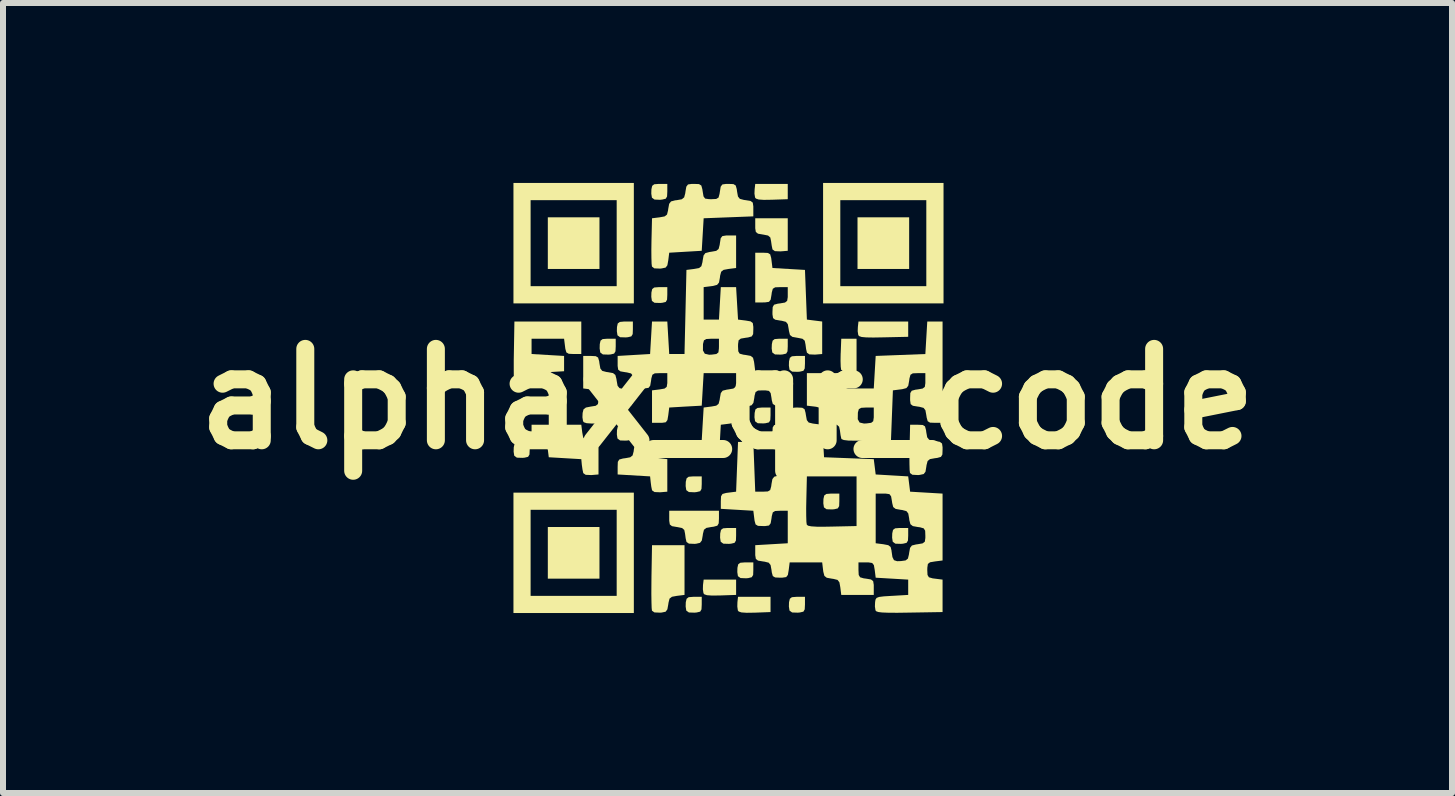
<source format=kicad_pcb>
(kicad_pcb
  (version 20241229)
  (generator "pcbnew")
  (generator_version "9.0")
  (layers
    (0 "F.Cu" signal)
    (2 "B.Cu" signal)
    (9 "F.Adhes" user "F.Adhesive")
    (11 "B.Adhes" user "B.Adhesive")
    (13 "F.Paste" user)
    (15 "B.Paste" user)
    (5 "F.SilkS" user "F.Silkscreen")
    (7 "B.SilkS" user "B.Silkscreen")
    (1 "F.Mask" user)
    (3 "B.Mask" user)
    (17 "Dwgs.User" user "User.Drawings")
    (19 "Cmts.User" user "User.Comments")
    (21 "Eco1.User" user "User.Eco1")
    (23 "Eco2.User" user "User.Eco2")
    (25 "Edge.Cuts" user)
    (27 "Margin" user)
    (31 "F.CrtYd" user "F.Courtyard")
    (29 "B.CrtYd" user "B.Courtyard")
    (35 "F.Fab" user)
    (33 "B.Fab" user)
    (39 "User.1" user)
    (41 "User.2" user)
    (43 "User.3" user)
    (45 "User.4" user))
  (footprint "alphax_qr_code"
    (layer "F.Cu")
    (at 9.079 3.601)
    (property "Reference" "alphax_qr_code" (at 0 0 0) (layer "F.SilkS") (effects (font (size 1.524 1.524) (thickness 0.3))))
    (attr board_only exclude_from_pos_files exclude_from_bom)
    (fp_poly (pts (xy -2.135 -2.167) (xy -2.996 -2.167) (xy -2.996 -3.028) (xy -2.135 -3.028)) (stroke (width 0) (type solid)) (fill yes) (layer "F.SilkS"))
    (fp_poly (pts (xy -2.135 2.996) (xy -2.996 2.996) (xy -2.996 2.135) (xy -2.135 2.135)) (stroke (width 0) (type solid)) (fill yes) (layer "F.SilkS"))
    (fp_poly (pts (xy 3.028 -2.167) (xy 2.167 -2.167) (xy 2.167 -3.028) (xy 3.028 -3.028)) (stroke (width 0) (type solid)) (fill yes) (layer "F.SilkS"))
    (fp_poly (pts (xy 0.143 3.267) (xy -0.12 3.276) (xy -0.257 3.278) (xy -0.342 3.272) (xy -0.387 3.257) (xy -0.401 3.239) (xy -0.411 3.174) (xy -0.409 3.102) (xy -0.398 3.012) (xy 0.143 3.012)) (stroke (width 0) (type solid)) (fill yes) (layer "F.SilkS"))
    (fp_poly (pts (xy 0.717 3.553) (xy 0.454 3.563) (xy 0.317 3.565) (xy 0.232 3.559) (xy 0.187 3.544) (xy 0.172 3.526) (xy 0.163 3.46) (xy 0.165 3.389) (xy 0.175 3.298) (xy 0.717 3.298)) (stroke (width 0) (type solid)) (fill yes) (layer "F.SilkS"))
    (fp_poly (pts (xy 1.004 -3.33) (xy 0.74 -3.321) (xy 0.604 -3.319) (xy 0.519 -3.325) (xy 0.474 -3.34) (xy 0.459 -3.358) (xy 0.449 -3.423) (xy 0.452 -3.495) (xy 0.462 -3.585) (xy 1.004 -3.585)) (stroke (width 0) (type solid)) (fill yes) (layer "F.SilkS"))
    (fp_poly (pts (xy 2.151 -0.462) (xy 2.031 -0.452) (xy 1.935 -0.456) (xy 1.894 -0.487) (xy 1.887 -0.539) (xy 1.884 -0.636) (xy 1.886 -0.756) (xy 1.887 -0.768) (xy 1.896 -1.004) (xy 2.151 -1.004)) (stroke (width 0) (type solid)) (fill yes) (layer "F.SilkS"))
    (fp_poly (pts (xy -1.562 -1.593) (xy -3.569 -1.593) (xy -3.569 -1.88) (xy -3.283 -1.88) (xy -1.848 -1.88) (xy -1.848 -3.314) (xy -3.283 -3.314) (xy -3.283 -1.88) (xy -3.569 -1.88) (xy -3.569 -3.601) (xy -1.562 -3.601)) (stroke (width 0) (type solid)) (fill yes) (layer "F.SilkS"))
    (fp_poly (pts (xy -1.562 3.569) (xy -3.569 3.569) (xy -3.569 3.283) (xy -3.283 3.283) (xy -1.848 3.283) (xy -1.848 1.848) (xy -3.283 1.848) (xy -3.283 3.283) (xy -3.569 3.283) (xy -3.569 1.562) (xy -1.562 1.562)) (stroke (width 0) (type solid)) (fill yes) (layer "F.SilkS"))
    (fp_poly (pts (xy 3.012 -1.036) (xy 2.605 -1.027) (xy 2.431 -1.024) (xy 2.312 -1.026) (xy 2.236 -1.033) (xy 2.195 -1.047) (xy 2.18 -1.064) (xy 2.17 -1.129) (xy 2.173 -1.2) (xy 2.183 -1.291) (xy 3.012 -1.291)) (stroke (width 0) (type solid)) (fill yes) (layer "F.SilkS"))
    (fp_poly (pts (xy 3.601 -1.593) (xy 1.593 -1.593) (xy 1.593 -1.88) (xy 1.88 -1.88) (xy 3.314 -1.88) (xy 3.314 -3.314) (xy 1.88 -3.314) (xy 1.88 -1.88) (xy 1.593 -1.88) (xy 1.593 -3.601) (xy 3.601 -3.601)) (stroke (width 0) (type solid)) (fill yes) (layer "F.SilkS"))
    (fp_poly (pts (xy -3.298 0.845) (xy -3.302 0.927) (xy -3.325 0.965) (xy -3.383 0.979) (xy -3.418 0.982) (xy -3.512 0.979) (xy -3.555 0.947) (xy -3.556 0.945) (xy -3.566 0.879) (xy -3.564 0.807) (xy -3.551 0.749) (xy -3.516 0.723) (xy -3.441 0.717) (xy -3.426 0.717) (xy -3.298 0.717)) (stroke (width 0) (type solid)) (fill yes) (layer "F.SilkS"))
    (fp_poly (pts (xy -1.864 -0.876) (xy -1.868 -0.794) (xy -1.891 -0.756) (xy -1.949 -0.742) (xy -1.984 -0.739) (xy -2.078 -0.742) (xy -2.121 -0.774) (xy -2.122 -0.776) (xy -2.132 -0.842) (xy -2.13 -0.914) (xy -2.117 -0.972) (xy -2.082 -0.998) (xy -2.006 -1.004) (xy -1.992 -1.004) (xy -1.864 -1.004)) (stroke (width 0) (type solid)) (fill yes) (layer "F.SilkS"))
    (fp_poly (pts (xy -1.578 -1.163) (xy -1.581 -1.081) (xy -1.604 -1.043) (xy -1.662 -1.029) (xy -1.697 -1.026) (xy -1.791 -1.029) (xy -1.834 -1.06) (xy -1.835 -1.063) (xy -1.845 -1.129) (xy -1.843 -1.2) (xy -1.83 -1.259) (xy -1.795 -1.284) (xy -1.72 -1.291) (xy -1.705 -1.291) (xy -1.578 -1.291)) (stroke (width 0) (type solid)) (fill yes) (layer "F.SilkS"))
    (fp_poly (pts (xy -1.578 0.558) (xy -1.581 0.64) (xy -1.604 0.678) (xy -1.662 0.692) (xy -1.697 0.695) (xy -1.791 0.692) (xy -1.834 0.66) (xy -1.835 0.658) (xy -1.845 0.592) (xy -1.843 0.521) (xy -1.83 0.462) (xy -1.795 0.437) (xy -1.72 0.43) (xy -1.705 0.43) (xy -1.578 0.43)) (stroke (width 0) (type solid)) (fill yes) (layer "F.SilkS"))
    (fp_poly (pts (xy -1.004 -3.458) (xy -1.008 -3.376) (xy -1.03 -3.338) (xy -1.089 -3.324) (xy -1.124 -3.32) (xy -1.217 -3.324) (xy -1.26 -3.355) (xy -1.261 -3.358) (xy -1.271 -3.423) (xy -1.269 -3.495) (xy -1.256 -3.553) (xy -1.222 -3.579) (xy -1.146 -3.585) (xy -1.131 -3.585) (xy -1.004 -3.585)) (stroke (width 0) (type solid)) (fill yes) (layer "F.SilkS"))
    (fp_poly (pts (xy -1.004 -1.737) (xy -1.008 -1.655) (xy -1.03 -1.617) (xy -1.089 -1.603) (xy -1.124 -1.6) (xy -1.217 -1.603) (xy -1.26 -1.634) (xy -1.261 -1.637) (xy -1.271 -1.702) (xy -1.269 -1.774) (xy -1.256 -1.832) (xy -1.222 -1.858) (xy -1.146 -1.864) (xy -1.131 -1.864) (xy -1.004 -1.864)) (stroke (width 0) (type solid)) (fill yes) (layer "F.SilkS"))
    (fp_poly (pts (xy -0.43 1.418) (xy -0.434 1.5) (xy -0.456 1.538) (xy -0.515 1.552) (xy -0.55 1.556) (xy -0.644 1.552) (xy -0.687 1.521) (xy -0.688 1.518) (xy -0.698 1.453) (xy -0.696 1.381) (xy -0.682 1.323) (xy -0.648 1.297) (xy -0.572 1.291) (xy -0.558 1.291) (xy -0.43 1.291)) (stroke (width 0) (type solid)) (fill yes) (layer "F.SilkS"))
    (fp_poly (pts (xy -0.43 3.426) (xy -0.434 3.508) (xy -0.456 3.546) (xy -0.515 3.56) (xy -0.55 3.563) (xy -0.644 3.56) (xy -0.687 3.529) (xy -0.688 3.526) (xy -0.698 3.461) (xy -0.696 3.389) (xy -0.682 3.331) (xy -0.648 3.305) (xy -0.572 3.299) (xy -0.558 3.298) (xy -0.43 3.298)) (stroke (width 0) (type solid)) (fill yes) (layer "F.SilkS"))
    (fp_poly (pts (xy 0.143 2.279) (xy 0.14 2.361) (xy 0.117 2.399) (xy 0.059 2.413) (xy 0.024 2.416) (xy -0.07 2.413) (xy -0.113 2.381) (xy -0.114 2.379) (xy -0.124 2.313) (xy -0.122 2.242) (xy -0.109 2.183) (xy -0.074 2.157) (xy 0.001 2.151) (xy 0.016 2.151) (xy 0.143 2.151)) (stroke (width 0) (type solid)) (fill yes) (layer "F.SilkS"))
    (fp_poly (pts (xy 0.43 2.852) (xy 0.427 2.934) (xy 0.404 2.972) (xy 0.345 2.987) (xy 0.31 2.99) (xy 0.217 2.986) (xy 0.174 2.955) (xy 0.173 2.953) (xy 0.163 2.887) (xy 0.165 2.815) (xy 0.178 2.757) (xy 0.213 2.731) (xy 0.288 2.725) (xy 0.303 2.725) (xy 0.43 2.725)) (stroke (width 0) (type solid)) (fill yes) (layer "F.SilkS"))
    (fp_poly (pts (xy 0.717 0.271) (xy 0.713 0.353) (xy 0.691 0.391) (xy 0.632 0.405) (xy 0.597 0.408) (xy 0.504 0.405) (xy 0.461 0.374) (xy 0.459 0.371) (xy 0.449 0.305) (xy 0.452 0.234) (xy 0.465 0.175) (xy 0.499 0.15) (xy 0.575 0.143) (xy 0.59 0.143) (xy 0.717 0.143)) (stroke (width 0) (type solid)) (fill yes) (layer "F.SilkS"))
    (fp_poly (pts (xy 1.004 -0.876) (xy 1 -0.794) (xy 0.978 -0.756) (xy 0.919 -0.742) (xy 0.884 -0.739) (xy 0.791 -0.742) (xy 0.747 -0.774) (xy 0.746 -0.776) (xy 0.736 -0.842) (xy 0.739 -0.914) (xy 0.752 -0.972) (xy 0.786 -0.998) (xy 0.862 -1.004) (xy 0.876 -1.004) (xy 1.004 -1.004)) (stroke (width 0) (type solid)) (fill yes) (layer "F.SilkS"))
    (fp_poly (pts (xy 1.291 -0.59) (xy 1.287 -0.508) (xy 1.265 -0.469) (xy 1.206 -0.455) (xy 1.171 -0.452) (xy 1.077 -0.455) (xy 1.034 -0.487) (xy 1.033 -0.489) (xy 1.023 -0.555) (xy 1.025 -0.627) (xy 1.039 -0.685) (xy 1.073 -0.711) (xy 1.149 -0.717) (xy 1.163 -0.717) (xy 1.291 -0.717)) (stroke (width 0) (type solid)) (fill yes) (layer "F.SilkS"))
    (fp_poly (pts (xy 1.291 3.426) (xy 1.287 3.508) (xy 1.265 3.546) (xy 1.206 3.56) (xy 1.171 3.563) (xy 1.077 3.56) (xy 1.034 3.529) (xy 1.033 3.526) (xy 1.023 3.461) (xy 1.025 3.389) (xy 1.039 3.331) (xy 1.073 3.305) (xy 1.149 3.299) (xy 1.163 3.298) (xy 1.291 3.298)) (stroke (width 0) (type solid)) (fill yes) (layer "F.SilkS"))
    (fp_poly (pts (xy 1.864 1.705) (xy 1.861 1.787) (xy 1.838 1.825) (xy 1.779 1.839) (xy 1.745 1.842) (xy 1.651 1.839) (xy 1.608 1.808) (xy 1.607 1.805) (xy 1.597 1.74) (xy 1.599 1.668) (xy 1.612 1.61) (xy 1.647 1.584) (xy 1.722 1.578) (xy 1.737 1.578) (xy 1.864 1.578)) (stroke (width 0) (type solid)) (fill yes) (layer "F.SilkS"))
    (fp_poly (pts (xy 3.012 2.279) (xy 3.008 2.361) (xy 2.985 2.399) (xy 2.927 2.413) (xy 2.892 2.416) (xy 2.798 2.413) (xy 2.755 2.381) (xy 2.754 2.379) (xy 2.744 2.313) (xy 2.746 2.242) (xy 2.759 2.183) (xy 2.794 2.157) (xy 2.87 2.151) (xy 2.884 2.151) (xy 3.012 2.151)) (stroke (width 0) (type solid)) (fill yes) (layer "F.SilkS"))
    (fp_poly (pts (xy 1.004 -2.47) (xy 0.884 -2.46) (xy 0.79 -2.464) (xy 0.75 -2.492) (xy 0.737 -2.553) (xy 0.726 -2.629) (xy 0.713 -2.692) (xy 0.676 -2.724) (xy 0.597 -2.74) (xy 0.59 -2.741) (xy 0.508 -2.755) (xy 0.472 -2.783) (xy 0.462 -2.845) (xy 0.462 -2.884) (xy 0.462 -3.012) (xy 1.004 -3.012)) (stroke (width 0) (type solid)) (fill yes) (layer "F.SilkS"))
    (fp_poly (pts (xy -0.717 3.267) (xy -0.845 3.283) (xy -0.927 3.298) (xy -0.967 3.329) (xy -0.984 3.397) (xy -0.988 3.426) (xy -1.003 3.508) (xy -1.032 3.547) (xy -1.097 3.561) (xy -1.124 3.563) (xy -1.219 3.559) (xy -1.26 3.53) (xy -1.265 3.485) (xy -1.268 3.388) (xy -1.27 3.251) (xy -1.269 3.084) (xy -1.268 2.963) (xy -1.259 2.438) (xy -0.717 2.438)) (stroke (width 0) (type solid)) (fill yes) (layer "F.SilkS"))
    (fp_poly (pts (xy -2.422 0.558) (xy -2.407 0.64) (xy -2.376 0.68) (xy -2.308 0.697) (xy -2.279 0.701) (xy -2.151 0.717) (xy -2.151 1.259) (xy -2.271 1.269) (xy -2.365 1.265) (xy -2.405 1.237) (xy -2.418 1.176) (xy -2.429 1.099) (xy -2.438 1.004) (xy -2.709 0.988) (xy -2.98 0.972) (xy -2.996 0.845) (xy -3.011 0.762) (xy -3.042 0.723) (xy -3.11 0.705) (xy -3.139 0.701) (xy -3.221 0.687) (xy -3.257 0.659) (xy -3.266 0.597) (xy -3.267 0.558) (xy -3.267 0.43) (xy -2.438 0.43)) (stroke (width 0) (type solid)) (fill yes) (layer "F.SilkS"))
    (fp_poly (pts (xy -2.438 -0.749) (xy -2.565 -0.749) (xy -2.647 -0.753) (xy -2.687 -0.776) (xy -2.704 -0.837) (xy -2.709 -0.876) (xy -2.725 -1.004) (xy -3.267 -1.004) (xy -3.267 -0.749) (xy -2.725 -0.717) (xy -2.725 -0.462) (xy -2.996 -0.446) (xy -3.267 -0.43) (xy -3.283 -0.303) (xy -3.297 -0.221) (xy -3.327 -0.182) (xy -3.391 -0.168) (xy -3.418 -0.165) (xy -3.514 -0.169) (xy -3.555 -0.198) (xy -3.56 -0.244) (xy -3.563 -0.341) (xy -3.564 -0.478) (xy -3.564 -0.644) (xy -3.562 -0.766) (xy -3.553 -1.291) (xy -2.438 -1.291)) (stroke (width 0) (type solid)) (fill yes) (layer "F.SilkS"))
    (fp_poly (pts (xy -0.143 1.992) (xy -0.147 2.074) (xy -0.17 2.113) (xy -0.232 2.13) (xy -0.271 2.135) (xy -0.353 2.15) (xy -0.393 2.181) (xy -0.41 2.249) (xy -0.414 2.279) (xy -0.429 2.361) (xy -0.459 2.399) (xy -0.523 2.414) (xy -0.55 2.416) (xy -0.644 2.412) (xy -0.684 2.384) (xy -0.698 2.323) (xy -0.708 2.247) (xy -0.721 2.184) (xy -0.758 2.152) (xy -0.837 2.136) (xy -0.845 2.135) (xy -0.926 2.121) (xy -0.962 2.093) (xy -0.972 2.031) (xy -0.972 1.992) (xy -0.972 1.864) (xy -0.143 1.864)) (stroke (width 0) (type solid)) (fill yes) (layer "F.SilkS"))
    (fp_poly (pts (xy -1.336 0.721) (xy -1.297 0.744) (xy -1.28 0.805) (xy -1.275 0.845) (xy -1.26 0.927) (xy -1.229 0.967) (xy -1.161 0.984) (xy -1.131 0.988) (xy -1.004 1.004) (xy -1.004 1.546) (xy -1.124 1.556) (xy -1.217 1.552) (xy -1.258 1.524) (xy -1.271 1.463) (xy -1.281 1.386) (xy -1.291 1.291) (xy -1.832 1.259) (xy -1.832 1.131) (xy -1.829 1.049) (xy -1.805 1.01) (xy -1.744 0.993) (xy -1.705 0.988) (xy -1.623 0.973) (xy -1.583 0.942) (xy -1.565 0.874) (xy -1.562 0.845) (xy -1.548 0.763) (xy -1.52 0.727) (xy -1.457 0.717) (xy -1.418 0.717)) (stroke (width 0) (type solid)) (fill yes) (layer "F.SilkS"))
    (fp_poly (pts (xy 3.253 0.434) (xy 3.292 0.457) (xy 3.309 0.519) (xy 3.314 0.558) (xy 3.329 0.64) (xy 3.361 0.68) (xy 3.428 0.697) (xy 3.458 0.701) (xy 3.539 0.715) (xy 3.576 0.743) (xy 3.585 0.805) (xy 3.585 0.845) (xy 3.582 0.926) (xy 3.558 0.966) (xy 3.497 0.983) (xy 3.458 0.988) (xy 3.375 1.003) (xy 3.336 1.034) (xy 3.318 1.102) (xy 3.314 1.131) (xy 3.3 1.214) (xy 3.27 1.252) (xy 3.206 1.266) (xy 3.179 1.269) (xy 3.082 1.264) (xy 3.042 1.235) (xy 3.036 1.187) (xy 3.033 1.09) (xy 3.032 0.958) (xy 3.035 0.811) (xy 3.044 0.43) (xy 3.171 0.43)) (stroke (width 0) (type solid)) (fill yes) (layer "F.SilkS"))
    (fp_poly (pts (xy -2.197 -0.713) (xy -2.158 -0.69) (xy -2.14 -0.629) (xy -2.135 -0.59) (xy -2.12 -0.507) (xy -2.089 -0.468) (xy -2.021 -0.45) (xy -1.992 -0.446) (xy -1.909 -0.431) (xy -1.87 -0.4) (xy -1.852 -0.332) (xy -1.848 -0.303) (xy -1.833 -0.22) (xy -1.802 -0.181) (xy -1.734 -0.163) (xy -1.705 -0.159) (xy -1.624 -0.145) (xy -1.587 -0.118) (xy -1.578 -0.055) (xy -1.578 -0.016) (xy -1.581 0.066) (xy -1.605 0.105) (xy -1.666 0.122) (xy -1.705 0.127) (xy -1.787 0.142) (xy -1.827 0.174) (xy -1.845 0.241) (xy -1.848 0.271) (xy -1.864 0.398) (xy -2.128 0.408) (xy -2.265 0.41) (xy -2.35 0.404) (xy -2.395 0.389) (xy -2.409 0.37) (xy -2.419 0.305) (xy -2.416 0.234) (xy -2.401 0.174) (xy -2.361 0.143) (xy -2.279 0.127) (xy -2.197 0.114) (xy -2.161 0.086) (xy -2.151 0.023) (xy -2.151 -0.016) (xy -2.155 -0.098) (xy -2.178 -0.137) (xy -2.239 -0.154) (xy -2.279 -0.159) (xy -2.406 -0.175) (xy -2.406 -0.717) (xy -2.279 -0.717)) (stroke (width 0) (type solid)) (fill yes) (layer "F.SilkS"))
    (fp_poly (pts (xy 0.672 -2.434) (xy 0.711 -2.411) (xy 0.728 -2.35) (xy 0.733 -2.311) (xy 0.749 -2.183) (xy 1.291 -2.151) (xy 1.307 -1.737) (xy 1.323 -1.323) (xy 1.45 -1.307) (xy 1.578 -1.291) (xy 1.578 -0.749) (xy 1.458 -0.739) (xy 1.364 -0.743) (xy 1.324 -0.771) (xy 1.31 -0.832) (xy 1.3 -0.908) (xy 1.287 -0.971) (xy 1.25 -1.003) (xy 1.17 -1.019) (xy 1.163 -1.02) (xy 1.081 -1.035) (xy 1.041 -1.066) (xy 1.024 -1.134) (xy 1.02 -1.163) (xy 1.005 -1.246) (xy 0.974 -1.285) (xy 0.906 -1.303) (xy 0.876 -1.307) (xy 0.795 -1.321) (xy 0.759 -1.348) (xy 0.749 -1.411) (xy 0.749 -1.45) (xy 0.753 -1.532) (xy 0.776 -1.571) (xy 0.837 -1.588) (xy 0.876 -1.593) (xy 0.958 -1.607) (xy 0.994 -1.635) (xy 1.004 -1.698) (xy 1.004 -1.737) (xy 1.004 -1.864) (xy 0.876 -1.864) (xy 0.794 -1.861) (xy 0.755 -1.837) (xy 0.738 -1.776) (xy 0.733 -1.737) (xy 0.719 -1.655) (xy 0.691 -1.619) (xy 0.629 -1.61) (xy 0.59 -1.609) (xy 0.462 -1.609) (xy 0.462 -2.438) (xy 0.59 -2.438)) (stroke (width 0) (type solid)) (fill yes) (layer "F.SilkS"))
    (fp_poly (pts (xy 0.098 -3.582) (xy 0.137 -3.558) (xy 0.154 -3.497) (xy 0.159 -3.458) (xy 0.174 -3.375) (xy 0.205 -3.336) (xy 0.273 -3.318) (xy 0.303 -3.314) (xy 0.384 -3.301) (xy 0.421 -3.273) (xy 0.43 -3.21) (xy 0.43 -3.171) (xy 0.43 -3.044) (xy 0.016 -3.028) (xy -0.398 -3.012) (xy -0.43 -2.47) (xy -0.701 -2.454) (xy -0.972 -2.438) (xy -0.988 -2.311) (xy -1.003 -2.228) (xy -1.032 -2.19) (xy -1.097 -2.176) (xy -1.124 -2.173) (xy -1.22 -2.177) (xy -1.26 -2.207) (xy -1.266 -2.255) (xy -1.269 -2.352) (xy -1.27 -2.484) (xy -1.268 -2.631) (xy -1.259 -3.012) (xy -1.131 -3.028) (xy -1.049 -3.043) (xy -1.009 -3.074) (xy -0.992 -3.142) (xy -0.988 -3.171) (xy -0.973 -3.253) (xy -0.942 -3.293) (xy -0.874 -3.311) (xy -0.845 -3.314) (xy -0.762 -3.329) (xy -0.723 -3.361) (xy -0.705 -3.428) (xy -0.701 -3.458) (xy -0.687 -3.539) (xy -0.659 -3.576) (xy -0.597 -3.585) (xy -0.558 -3.585) (xy -0.476 -3.582) (xy -0.437 -3.558) (xy -0.42 -3.497) (xy -0.414 -3.458) (xy -0.4 -3.376) (xy -0.373 -3.34) (xy -0.31 -3.331) (xy -0.271 -3.33) (xy -0.189 -3.334) (xy -0.15 -3.357) (xy -0.133 -3.419) (xy -0.127 -3.458) (xy -0.114 -3.539) (xy -0.086 -3.576) (xy -0.023 -3.585) (xy 0.016 -3.585)) (stroke (width 0) (type solid)) (fill yes) (layer "F.SilkS"))
    (fp_poly (pts (xy 3.585 0.398) (xy 3.458 0.398) (xy 3.376 0.395) (xy 3.337 0.371) (xy 3.32 0.31) (xy 3.314 0.271) (xy 3.299 0.188) (xy 3.268 0.149) (xy 3.2 0.131) (xy 3.171 0.127) (xy 3.09 0.114) (xy 3.053 0.086) (xy 3.044 0.023) (xy 3.044 -0.016) (xy 3.047 -0.098) (xy 3.071 -0.137) (xy 3.132 -0.154) (xy 3.171 -0.159) (xy 3.252 -0.173) (xy 3.289 -0.201) (xy 3.298 -0.264) (xy 3.298 -0.303) (xy 3.298 -0.43) (xy 3.171 -0.43) (xy 3.089 -0.427) (xy 3.05 -0.403) (xy 3.033 -0.342) (xy 3.028 -0.303) (xy 3.013 -0.22) (xy 2.982 -0.181) (xy 2.914 -0.163) (xy 2.884 -0.159) (xy 2.757 -0.143) (xy 2.741 0.271) (xy 2.725 0.685) (xy 2.318 0.694) (xy 2.139 0.696) (xy 2.015 0.694) (xy 1.939 0.685) (xy 1.903 0.67) (xy 1.897 0.662) (xy 1.884 0.602) (xy 1.874 0.526) (xy 1.86 0.463) (xy 1.824 0.431) (xy 1.744 0.415) (xy 1.737 0.414) (xy 1.654 0.399) (xy 1.615 0.368) (xy 1.607 0.338) (xy 2.171 0.338) (xy 2.202 0.393) (xy 2.275 0.41) (xy 2.318 0.408) (xy 2.395 0.398) (xy 2.429 0.371) (xy 2.438 0.308) (xy 2.438 0.271) (xy 2.438 0.143) (xy 2.311 0.143) (xy 2.228 0.148) (xy 2.189 0.17) (xy 2.174 0.223) (xy 2.173 0.234) (xy 2.171 0.338) (xy 1.607 0.338) (xy 1.597 0.3) (xy 1.593 0.271) (xy 1.578 0.188) (xy 1.547 0.149) (xy 1.479 0.131) (xy 1.45 0.127) (xy 1.323 0.112) (xy 1.323 -0.43) (xy 1.864 -0.43) (xy 1.896 -0.175) (xy 2.438 -0.175) (xy 2.454 -0.446) (xy 2.47 -0.717) (xy 2.884 -0.733) (xy 3.298 -0.749) (xy 3.314 -1.02) (xy 3.33 -1.291) (xy 3.585 -1.291)) (stroke (width 0) (type solid)) (fill yes) (layer "F.SilkS"))
    (fp_poly (pts (xy 0.143 -2.183) (xy 0.016 -2.167) (xy -0.066 -2.152) (xy -0.106 -2.121) (xy -0.124 -2.053) (xy -0.127 -2.024) (xy -0.142 -1.941) (xy -0.174 -1.902) (xy -0.241 -1.884) (xy -0.271 -1.88) (xy -0.398 -1.864) (xy -0.398 -1.323) (xy -0.143 -1.323) (xy -0.112 -1.864) (xy 0.143 -1.864) (xy 0.159 -1.593) (xy 0.175 -1.323) (xy 0.303 -1.307) (xy 0.384 -1.293) (xy 0.421 -1.265) (xy 0.43 -1.202) (xy 0.43 -1.163) (xy 0.427 -1.081) (xy 0.403 -1.042) (xy 0.342 -1.025) (xy 0.303 -1.02) (xy 0.221 -1.006) (xy 0.185 -0.978) (xy 0.176 -0.916) (xy 0.175 -0.876) (xy 0.179 -0.794) (xy 0.202 -0.755) (xy 0.264 -0.738) (xy 0.303 -0.733) (xy 0.385 -0.718) (xy 0.425 -0.687) (xy 0.442 -0.619) (xy 0.446 -0.59) (xy 0.462 -0.462) (xy 0.733 -0.446) (xy 1.004 -0.43) (xy 1.004 0.112) (xy 0.876 0.112) (xy 0.794 0.108) (xy 0.755 0.084) (xy 0.738 0.023) (xy 0.733 -0.016) (xy 0.719 -0.097) (xy 0.691 -0.134) (xy 0.629 -0.143) (xy 0.59 -0.143) (xy 0.508 -0.14) (xy 0.468 -0.116) (xy 0.451 -0.055) (xy 0.446 -0.016) (xy 0.431 0.066) (xy 0.4 0.106) (xy 0.332 0.124) (xy 0.303 0.127) (xy 0.22 0.142) (xy 0.181 0.174) (xy 0.163 0.241) (xy 0.159 0.271) (xy 0.144 0.353) (xy 0.113 0.393) (xy 0.045 0.41) (xy 0.016 0.414) (xy -0.112 0.43) (xy -0.143 0.972) (xy -0.55 0.981) (xy -0.724 0.983) (xy -0.844 0.982) (xy -0.919 0.974) (xy -0.96 0.961) (xy -0.975 0.944) (xy -0.985 0.879) (xy -0.982 0.807) (xy -0.975 0.764) (xy -0.957 0.736) (xy -0.914 0.72) (xy -0.835 0.71) (xy -0.705 0.701) (xy -0.701 0.701) (xy -0.43 0.685) (xy -0.414 0.414) (xy -0.398 0.143) (xy -0.271 0.127) (xy -0.188 0.112) (xy -0.149 0.081) (xy -0.131 0.013) (xy -0.127 -0.016) (xy -0.112 -0.098) (xy -0.081 -0.138) (xy -0.013 -0.155) (xy 0.016 -0.159) (xy 0.097 -0.173) (xy 0.134 -0.201) (xy 0.143 -0.264) (xy 0.143 -0.303) (xy 0.143 -0.43) (xy -0.398 -0.43) (xy -0.43 0.112) (xy -0.701 0.127) (xy -0.972 0.143) (xy -0.988 0.271) (xy -1.002 0.352) (xy -1.03 0.389) (xy -1.092 0.398) (xy -1.131 0.398) (xy -1.259 0.398) (xy -1.259 -0.143) (xy -1.131 -0.159) (xy -1.05 -0.173) (xy -1.014 -0.201) (xy -1.004 -0.264) (xy -1.004 -0.303) (xy -1.004 -0.43) (xy -1.131 -0.43) (xy -1.213 -0.427) (xy -1.253 -0.403) (xy -1.27 -0.342) (xy -1.275 -0.303) (xy -1.289 -0.221) (xy -1.317 -0.185) (xy -1.379 -0.176) (xy -1.418 -0.175) (xy -1.5 -0.179) (xy -1.539 -0.202) (xy -1.556 -0.264) (xy -1.562 -0.303) (xy -1.577 -0.385) (xy -1.608 -0.425) (xy -1.676 -0.442) (xy -1.705 -0.446) (xy -1.786 -0.46) (xy -1.823 -0.488) (xy -1.832 -0.55) (xy -1.832 -0.59) (xy -1.832 -0.717) (xy -1.291 -0.749) (xy -1.275 -1.02) (xy -1.259 -1.291) (xy -1.004 -1.291) (xy -0.988 -1.02) (xy -0.972 -0.749) (xy -0.717 -0.749) (xy -0.716 -0.809) (xy -0.41 -0.809) (xy -0.379 -0.754) (xy -0.307 -0.737) (xy -0.263 -0.739) (xy -0.186 -0.749) (xy -0.152 -0.776) (xy -0.144 -0.839) (xy -0.143 -0.876) (xy -0.143 -1.004) (xy -0.271 -1.004) (xy -0.354 -0.999) (xy -0.393 -0.977) (xy -0.407 -0.924) (xy -0.409 -0.914) (xy -0.41 -0.809) (xy -0.716 -0.809) (xy -0.701 -1.45) (xy -0.685 -2.151) (xy -0.558 -2.167) (xy -0.475 -2.182) (xy -0.436 -2.213) (xy -0.418 -2.281) (xy -0.414 -2.311) (xy -0.399 -2.393) (xy -0.368 -2.433) (xy -0.3 -2.45) (xy -0.271 -2.454) (xy -0.188 -2.469) (xy -0.149 -2.5) (xy -0.131 -2.568) (xy -0.127 -2.597) (xy -0.114 -2.679) (xy -0.086 -2.715) (xy -0.023 -2.725) (xy 0.016 -2.725) (xy 0.143 -2.725)) (stroke (width 0) (type solid)) (fill yes) (layer "F.SilkS"))
    (fp_poly (pts (xy 1.245 0.147) (xy 1.284 0.17) (xy 1.301 0.232) (xy 1.307 0.271) (xy 1.322 0.353) (xy 1.353 0.393) (xy 1.421 0.41) (xy 1.45 0.414) (xy 1.578 0.43) (xy 1.593 0.701) (xy 1.609 0.972) (xy 2.024 0.988) (xy 2.438 1.004) (xy 2.47 1.259) (xy 3.012 1.291) (xy 3.028 1.418) (xy 3.044 1.546) (xy 3.585 1.578) (xy 3.585 2.693) (xy 3.458 2.709) (xy 3.376 2.723) (xy 3.34 2.751) (xy 3.331 2.813) (xy 3.33 2.852) (xy 3.334 2.934) (xy 3.357 2.973) (xy 3.419 2.991) (xy 3.458 2.996) (xy 3.585 3.012) (xy 3.585 3.553) (xy 3.035 3.562) (xy 2.83 3.565) (xy 2.68 3.564) (xy 2.577 3.56) (xy 2.513 3.552) (xy 2.478 3.539) (xy 2.467 3.525) (xy 2.457 3.46) (xy 2.46 3.389) (xy 2.467 3.345) (xy 2.485 3.317) (xy 2.527 3.301) (xy 2.607 3.291) (xy 2.737 3.283) (xy 2.741 3.283) (xy 3.012 3.267) (xy 3.012 3.012) (xy 2.47 2.98) (xy 2.454 2.852) (xy 2.44 2.771) (xy 2.412 2.735) (xy 2.35 2.725) (xy 2.311 2.725) (xy 2.183 2.725) (xy 2.183 2.852) (xy 2.187 2.934) (xy 2.21 2.973) (xy 2.271 2.991) (xy 2.311 2.996) (xy 2.392 3.01) (xy 2.428 3.038) (xy 2.438 3.1) (xy 2.438 3.139) (xy 2.438 3.267) (xy 1.896 3.267) (xy 1.88 3.139) (xy 1.865 3.057) (xy 1.834 3.017) (xy 1.766 3) (xy 1.737 2.996) (xy 1.654 2.981) (xy 1.615 2.95) (xy 1.597 2.882) (xy 1.593 2.852) (xy 1.578 2.725) (xy 1.036 2.725) (xy 1.02 2.852) (xy 1.006 2.934) (xy 0.978 2.97) (xy 0.916 2.979) (xy 0.876 2.98) (xy 0.794 2.976) (xy 0.755 2.953) (xy 0.738 2.892) (xy 0.733 2.852) (xy 0.718 2.77) (xy 0.687 2.73) (xy 0.619 2.713) (xy 0.59 2.709) (xy 0.508 2.695) (xy 0.472 2.667) (xy 0.462 2.605) (xy 0.462 2.565) (xy 0.462 2.438) (xy 0.733 2.422) (xy 1.004 2.406) (xy 2.47 2.406) (xy 2.597 2.422) (xy 2.68 2.438) (xy 2.719 2.468) (xy 2.734 2.528) (xy 2.734 2.534) (xy 2.749 2.636) (xy 2.775 2.688) (xy 2.827 2.705) (xy 2.892 2.703) (xy 2.969 2.692) (xy 3.007 2.662) (xy 3.024 2.594) (xy 3.028 2.565) (xy 3.043 2.483) (xy 3.074 2.443) (xy 3.142 2.426) (xy 3.171 2.422) (xy 3.252 2.408) (xy 3.289 2.38) (xy 3.298 2.318) (xy 3.298 2.279) (xy 3.295 2.197) (xy 3.271 2.158) (xy 3.21 2.14) (xy 3.171 2.135) (xy 3.089 2.12) (xy 3.049 2.089) (xy 3.031 2.021) (xy 3.028 1.992) (xy 3.013 1.909) (xy 2.982 1.87) (xy 2.914 1.852) (xy 2.884 1.848) (xy 2.802 1.833) (xy 2.762 1.802) (xy 2.745 1.734) (xy 2.741 1.705) (xy 2.727 1.624) (xy 2.699 1.587) (xy 2.637 1.578) (xy 2.597 1.578) (xy 2.47 1.578) (xy 2.47 2.406) (xy 1.004 2.406) (xy 1.004 1.864) (xy 0.876 1.864) (xy 0.794 1.868) (xy 0.755 1.891) (xy 0.738 1.953) (xy 0.733 1.992) (xy 0.719 2.073) (xy 0.691 2.11) (xy 0.629 2.119) (xy 0.59 2.119) (xy 0.508 2.116) (xy 0.468 2.092) (xy 0.451 2.031) (xy 0.446 1.992) (xy 0.43 1.864) (xy 0.159 1.848) (xy -0.112 1.832) (xy -0.112 1.824) (xy 1.311 1.824) (xy 1.312 1.955) (xy 1.315 2.05) (xy 1.321 2.095) (xy 1.342 2.113) (xy 1.396 2.124) (xy 1.49 2.13) (xy 1.633 2.13) (xy 1.744 2.128) (xy 2.151 2.119) (xy 2.151 1.291) (xy 1.323 1.291) (xy 1.314 1.671) (xy 1.311 1.824) (xy -0.112 1.824) (xy -0.112 1.705) (xy -0.108 1.623) (xy -0.084 1.584) (xy -0.023 1.567) (xy 0.016 1.562) (xy 0.143 1.546) (xy 0.159 1.131) (xy 0.175 0.717) (xy 0.43 0.717) (xy 0.446 1.131) (xy 0.462 1.546) (xy 0.59 1.546) (xy 0.672 1.542) (xy 0.711 1.519) (xy 0.728 1.457) (xy 0.733 1.418) (xy 0.748 1.336) (xy 0.779 1.296) (xy 0.847 1.279) (xy 0.876 1.275) (xy 1.004 1.259) (xy 1.004 0.717) (xy 0.876 0.701) (xy 0.795 0.687) (xy 0.759 0.659) (xy 0.749 0.597) (xy 0.749 0.558) (xy 0.753 0.476) (xy 0.776 0.437) (xy 0.837 0.42) (xy 0.876 0.414) (xy 0.959 0.399) (xy 0.998 0.368) (xy 1.016 0.3) (xy 1.02 0.271) (xy 1.034 0.189) (xy 1.062 0.153) (xy 1.124 0.144) (xy 1.163 0.143)) (stroke (width 0) (type solid)) (fill yes) (layer "F.SilkS")))
  (gr_rect
    (start -3 -3)
    (end 21.157 10.171)
    (stroke (width 0.1) (type default))
    (fill no)
    (layer "Edge.Cuts")))
</source>
